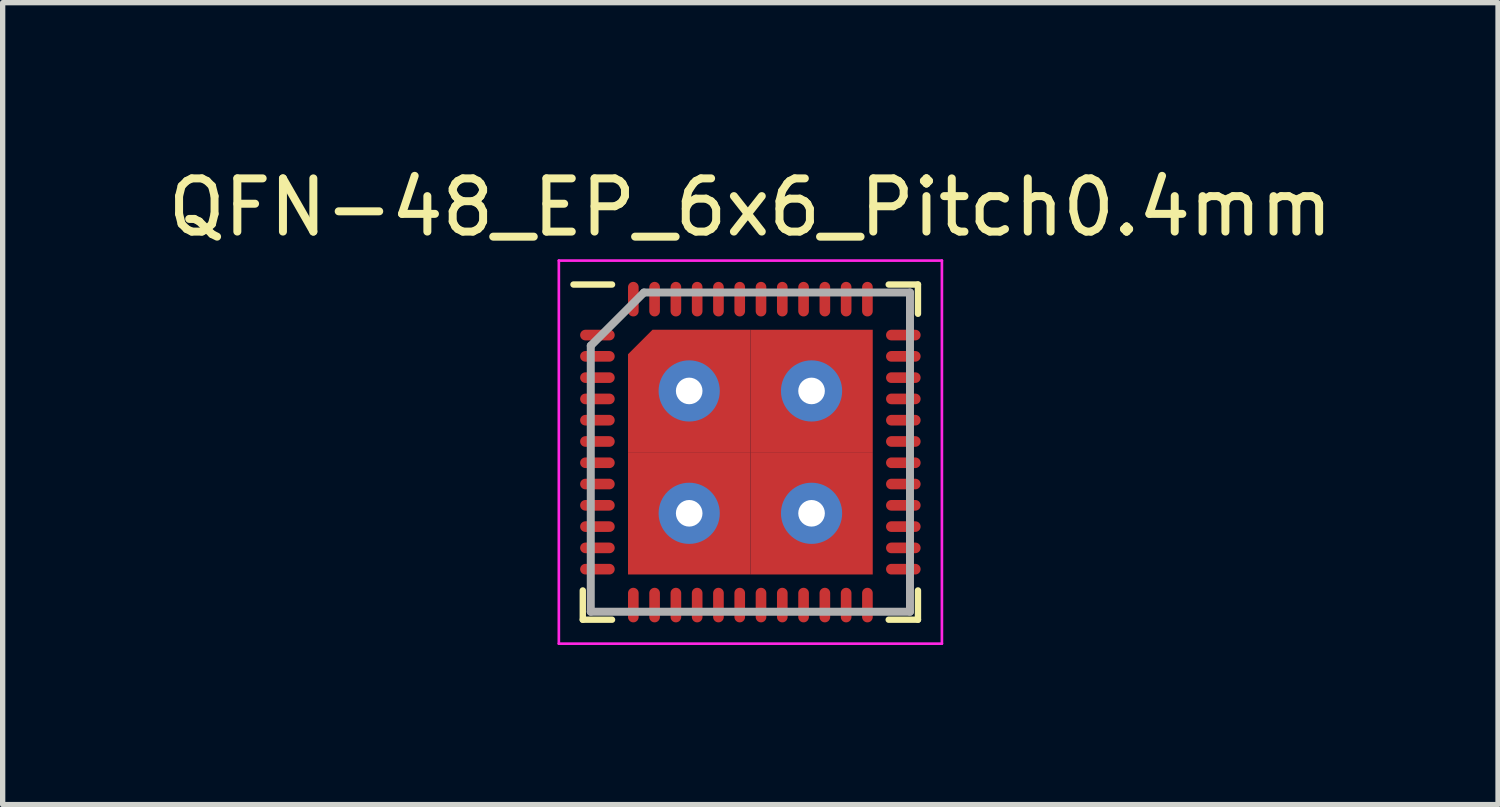
<source format=kicad_pcb>
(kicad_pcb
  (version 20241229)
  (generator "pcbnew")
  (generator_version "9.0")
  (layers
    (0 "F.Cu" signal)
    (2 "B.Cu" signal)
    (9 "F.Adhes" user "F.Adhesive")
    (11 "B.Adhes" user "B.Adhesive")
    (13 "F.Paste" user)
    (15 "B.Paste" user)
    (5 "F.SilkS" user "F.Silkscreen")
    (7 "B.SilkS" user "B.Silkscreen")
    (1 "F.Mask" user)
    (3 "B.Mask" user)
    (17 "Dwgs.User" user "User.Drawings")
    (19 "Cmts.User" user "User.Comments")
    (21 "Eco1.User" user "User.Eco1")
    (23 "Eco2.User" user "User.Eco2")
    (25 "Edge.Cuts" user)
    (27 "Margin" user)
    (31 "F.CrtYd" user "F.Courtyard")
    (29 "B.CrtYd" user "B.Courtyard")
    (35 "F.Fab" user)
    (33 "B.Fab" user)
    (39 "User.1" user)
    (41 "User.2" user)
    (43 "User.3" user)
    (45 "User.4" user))
  (footprint "QFN-48_EP_6x6_Pitch0.4mm"
    (layer "F.Cu")
    (at 11.054 5.448)
    (property "Reference" "QFN-48_EP_6x6_Pitch0.4mm" (at 0 -4.6 0) (layer "F.SilkS") (effects (font (size 1 1) (thickness 0.15))))
    (attr smd)
    (fp_line (start -3.15 3.15) (end -3.15 2.6) (stroke (width 0.12) (type default)) (layer "F.SilkS"))
    (fp_line (start -2.6 -3.15) (end -3.325 -3.15) (stroke (width 0.12) (type default)) (layer "F.SilkS"))
    (fp_line (start -2.6 3.15) (end -3.15 3.15) (stroke (width 0.12) (type default)) (layer "F.SilkS"))
    (fp_line (start 2.6 -3.15) (end 3.15 -3.15) (stroke (width 0.12) (type default)) (layer "F.SilkS"))
    (fp_line (start 2.6 3.15) (end 3.15 3.15) (stroke (width 0.12) (type default)) (layer "F.SilkS"))
    (fp_line (start 3.15 -3.15) (end 3.15 -2.6) (stroke (width 0.12) (type default)) (layer "F.SilkS"))
    (fp_line (start 3.15 3.15) (end 3.15 2.6) (stroke (width 0.12) (type default)) (layer "F.SilkS"))
    (fp_line (start -3.6 -3.6) (end 3.6 -3.6) (stroke (width 0.05) (type default)) (layer "F.CrtYd"))
    (fp_line (start -3.6 3.6) (end -3.6 -3.6) (stroke (width 0.05) (type default)) (layer "F.CrtYd"))
    (fp_line (start 3.6 -3.6) (end 3.6 3.6) (stroke (width 0.05) (type default)) (layer "F.CrtYd"))
    (fp_line (start 3.6 3.6) (end -3.6 3.6) (stroke (width 0.05) (type default)) (layer "F.CrtYd"))
    (fp_line (start -3 -2) (end -3 3) (stroke (width 0.15) (type default)) (layer "F.Fab"))
    (fp_line (start -3 3) (end 3 3) (stroke (width 0.15) (type default)) (layer "F.Fab"))
    (fp_line (start -2 -3) (end -3 -2) (stroke (width 0.15) (type default)) (layer "F.Fab"))
    (fp_line (start 3 -3) (end -2 -3) (stroke (width 0.15) (type default)) (layer "F.Fab"))
    (fp_line (start 3 3) (end 3 -3) (stroke (width 0.15) (type default)) (layer "F.Fab"))
    (pad "1" smd oval (at -2.875 -2.2 90) (size 0.2 0.65) (layers "F.Cu" "F.Mask" "F.Paste"))
    (pad "2" smd oval (at -2.875 -1.8 90) (size 0.2 0.65) (layers "F.Cu" "F.Mask" "F.Paste"))
    (pad "3" smd oval (at -2.875 -1.4 90) (size 0.2 0.65) (layers "F.Cu" "F.Mask" "F.Paste"))
    (pad "4" smd oval (at -2.875 -1 90) (size 0.2 0.65) (layers "F.Cu" "F.Mask" "F.Paste"))
    (pad "5" smd oval (at -2.875 -0.6 90) (size 0.2 0.65) (layers "F.Cu" "F.Mask" "F.Paste"))
    (pad "6" smd oval (at -2.875 -0.2 90) (size 0.2 0.65) (layers "F.Cu" "F.Mask" "F.Paste"))
    (pad "7" smd oval (at -2.875 0.2 90) (size 0.2 0.65) (layers "F.Cu" "F.Mask" "F.Paste"))
    (pad "8" smd oval (at -2.875 0.6 90) (size 0.2 0.65) (layers "F.Cu" "F.Mask" "F.Paste"))
    (pad "9" smd oval (at -2.875 1 90) (size 0.2 0.65) (layers "F.Cu" "F.Mask" "F.Paste"))
    (pad "10" smd oval (at -2.875 1.4 90) (size 0.2 0.65) (layers "F.Cu" "F.Mask" "F.Paste"))
    (pad "11" smd oval (at -2.875 1.8 90) (size 0.2 0.65) (layers "F.Cu" "F.Mask" "F.Paste"))
    (pad "12" smd oval (at -2.875 2.2 90) (size 0.2 0.65) (layers "F.Cu" "F.Mask" "F.Paste"))
    (pad "13" smd oval (at -2.2 2.875) (size 0.2 0.65) (layers "F.Cu" "F.Mask" "F.Paste"))
    (pad "14" smd oval (at -1.8 2.875) (size 0.2 0.65) (layers "F.Cu" "F.Mask" "F.Paste"))
    (pad "15" smd oval (at -1.4 2.875) (size 0.2 0.65) (layers "F.Cu" "F.Mask" "F.Paste"))
    (pad "16" smd oval (at -1 2.875) (size 0.2 0.65) (layers "F.Cu" "F.Mask" "F.Paste"))
    (pad "17" smd oval (at -0.6 2.875) (size 0.2 0.65) (layers "F.Cu" "F.Mask" "F.Paste"))
    (pad "18" smd oval (at -0.2 2.875) (size 0.2 0.65) (layers "F.Cu" "F.Mask" "F.Paste"))
    (pad "19" smd oval (at 0.2 2.875) (size 0.2 0.65) (layers "F.Cu" "F.Mask" "F.Paste"))
    (pad "20" smd oval (at 0.6 2.875) (size 0.2 0.65) (layers "F.Cu" "F.Mask" "F.Paste"))
    (pad "21" smd oval (at 1 2.875) (size 0.2 0.65) (layers "F.Cu" "F.Mask" "F.Paste"))
    (pad "22" smd oval (at 1.4 2.875) (size 0.2 0.65) (layers "F.Cu" "F.Mask" "F.Paste"))
    (pad "23" smd oval (at 1.8 2.875) (size 0.2 0.65) (layers "F.Cu" "F.Mask" "F.Paste"))
    (pad "24" smd oval (at 2.2 2.875) (size 0.2 0.65) (layers "F.Cu" "F.Mask" "F.Paste"))
    (pad "25" smd oval (at 2.875 2.2 90) (size 0.2 0.65) (layers "F.Cu" "F.Mask" "F.Paste"))
    (pad "26" smd oval (at 2.875 1.8 90) (size 0.2 0.65) (layers "F.Cu" "F.Mask" "F.Paste"))
    (pad "27" smd oval (at 2.875 1.4 90) (size 0.2 0.65) (layers "F.Cu" "F.Mask" "F.Paste"))
    (pad "28" smd oval (at 2.875 1 90) (size 0.2 0.65) (layers "F.Cu" "F.Mask" "F.Paste"))
    (pad "29" smd oval (at 2.875 0.6 90) (size 0.2 0.65) (layers "F.Cu" "F.Mask" "F.Paste"))
    (pad "30" smd oval (at 2.875 0.2 90) (size 0.2 0.65) (layers "F.Cu" "F.Mask" "F.Paste"))
    (pad "31" smd oval (at 2.875 -0.2 90) (size 0.2 0.65) (layers "F.Cu" "F.Mask" "F.Paste"))
    (pad "32" smd oval (at 2.875 -0.6 90) (size 0.2 0.65) (layers "F.Cu" "F.Mask" "F.Paste"))
    (pad "33" smd oval (at 2.875 -1 90) (size 0.2 0.65) (layers "F.Cu" "F.Mask" "F.Paste"))
    (pad "34" smd oval (at 2.875 -1.4 90) (size 0.2 0.65) (layers "F.Cu" "F.Mask" "F.Paste"))
    (pad "35" smd oval (at 2.875 -1.8 90) (size 0.2 0.65) (layers "F.Cu" "F.Mask" "F.Paste"))
    (pad "36" smd oval (at 2.875 -2.2 90) (size 0.2 0.65) (layers "F.Cu" "F.Mask" "F.Paste"))
    (pad "37" smd oval (at 2.2 -2.875) (size 0.2 0.65) (layers "F.Cu" "F.Mask" "F.Paste"))
    (pad "38" smd oval (at 1.8 -2.875) (size 0.2 0.65) (layers "F.Cu" "F.Mask" "F.Paste"))
    (pad "39" smd oval (at 1.4 -2.875) (size 0.2 0.65) (layers "F.Cu" "F.Mask" "F.Paste"))
    (pad "40" smd oval (at 1 -2.875) (size 0.2 0.65) (layers "F.Cu" "F.Mask" "F.Paste"))
    (pad "41" smd oval (at 0.6 -2.875) (size 0.2 0.65) (layers "F.Cu" "F.Mask" "F.Paste"))
    (pad "42" smd oval (at 0.2 -2.875) (size 0.2 0.65) (layers "F.Cu" "F.Mask" "F.Paste"))
    (pad "43" smd oval (at -0.2 -2.875) (size 0.2 0.65) (layers "F.Cu" "F.Mask" "F.Paste"))
    (pad "44" smd oval (at -0.6 -2.875) (size 0.2 0.65) (layers "F.Cu" "F.Mask" "F.Paste"))
    (pad "45" smd oval (at -1 -2.875) (size 0.2 0.65) (layers "F.Cu" "F.Mask" "F.Paste"))
    (pad "46" smd oval (at -1.4 -2.875) (size 0.2 0.65) (layers "F.Cu" "F.Mask" "F.Paste"))
    (pad "47" smd oval (at -1.8 -2.875) (size 0.2 0.65) (layers "F.Cu" "F.Mask" "F.Paste"))
    (pad "48" smd oval (at -2.2 -2.875) (size 0.2 0.65) (layers "F.Cu" "F.Mask" "F.Paste"))
    (pad "49" thru_hole circle (at -1.15 -1.15) (size 1.15 1.15) (drill 0.5) (layers "*.Cu" "*.Mask"))
    (pad "49" smd roundrect (at -1.15 -1.15) (size 2.3 2.3) (layers "F.Cu" "F.Mask" "F.Paste") (roundrect_rratio 0) (chamfer_ratio 0.2) (chamfer top_left))
    (pad "49" thru_hole circle (at -1.15 1.15) (size 1.15 1.15) (drill 0.5) (layers "*.Cu" "*.Mask"))
    (pad "49" smd rect (at -1.15 1.15) (size 2.3 2.3) (layers "F.Cu" "F.Mask" "F.Paste"))
    (pad "49" thru_hole circle (at 1.15 -1.15) (size 1.15 1.15) (drill 0.5) (layers "*.Cu" "*.Mask"))
    (pad "49" smd rect (at 1.15 -1.15) (size 2.3 2.3) (layers "F.Cu" "F.Mask" "F.Paste"))
    (pad "49" thru_hole circle (at 1.15 1.15) (size 1.15 1.15) (drill 0.5) (layers "*.Cu" "*.Mask"))
    (pad "49" smd rect (at 1.15 1.15) (size 2.3 2.3) (layers "F.Cu" "F.Mask" "F.Paste")))
  (gr_rect
    (start -3 -3)
    (end 25.107 12.073)
    (stroke (width 0.1) (type default))
    (fill no)
    (layer "Edge.Cuts")))
</source>
